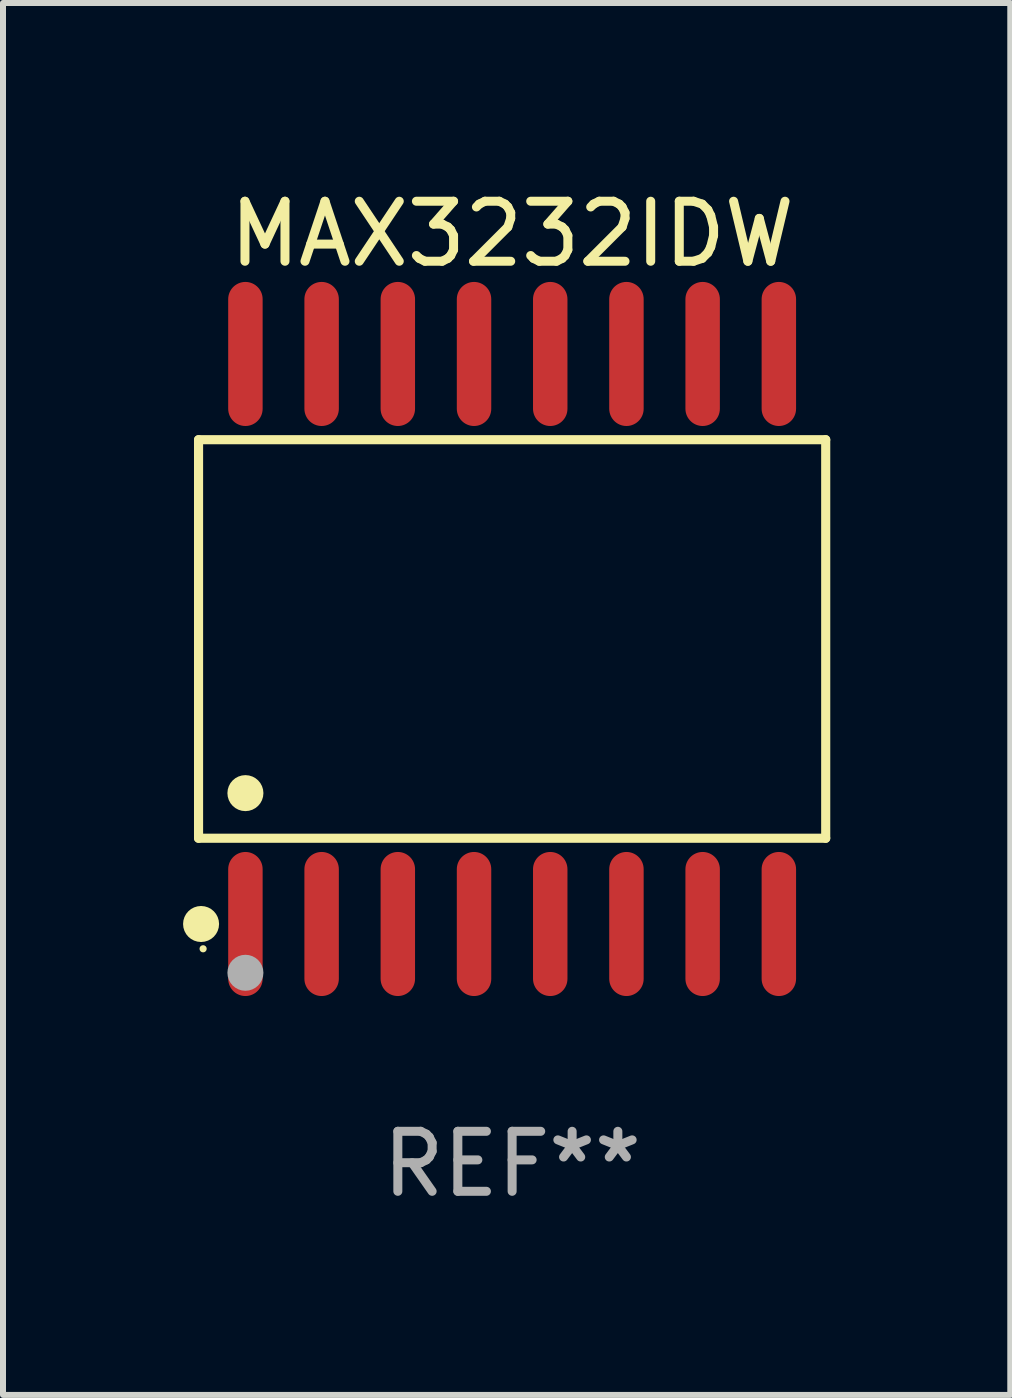
<source format=kicad_pcb>
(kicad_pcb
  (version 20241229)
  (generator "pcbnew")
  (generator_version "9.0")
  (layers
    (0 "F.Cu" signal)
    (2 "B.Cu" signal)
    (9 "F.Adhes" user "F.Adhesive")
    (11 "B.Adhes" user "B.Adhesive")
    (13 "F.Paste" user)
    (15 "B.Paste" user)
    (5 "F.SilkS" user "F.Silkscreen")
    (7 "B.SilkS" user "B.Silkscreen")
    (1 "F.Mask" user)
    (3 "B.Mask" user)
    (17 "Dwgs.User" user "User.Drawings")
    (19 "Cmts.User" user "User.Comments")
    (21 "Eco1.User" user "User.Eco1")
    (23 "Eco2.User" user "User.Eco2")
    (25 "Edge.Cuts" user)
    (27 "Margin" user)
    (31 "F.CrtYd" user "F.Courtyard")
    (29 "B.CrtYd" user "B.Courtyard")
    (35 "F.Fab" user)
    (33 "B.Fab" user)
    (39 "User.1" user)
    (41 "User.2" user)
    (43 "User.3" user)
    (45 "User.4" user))
  (footprint "MAX3232IDW"
    (layer "F.Cu")
    (at 5.485 7.599)
    (property "Reference" "MAX3232IDW" (at 0 -6.75 0) (layer "F.SilkS") (effects (font (size 1 1) (thickness 0.15))))
    (attr through_hole)
    (fp_line (start -5.226 -3.321) (end 5.226 -3.321) (stroke (width 0.152) (type solid)) (layer "F.SilkS"))
    (fp_line (start -5.226 3.321) (end -5.226 -3.321) (stroke (width 0.152) (type solid)) (layer "F.SilkS"))
    (fp_line (start 5.226 -3.321) (end 5.226 3.321) (stroke (width 0.152) (type solid)) (layer "F.SilkS"))
    (fp_line (start 5.226 3.321) (end -5.226 3.321) (stroke (width 0.152) (type solid)) (layer "F.SilkS"))
    (fp_circle (center -5.184 4.75) (end -5.034 4.75) (stroke (width 0.3) (type solid)) (fill no) (layer "F.SilkS"))
    (fp_circle (center -5.15 5.163) (end -5.12 5.163) (stroke (width 0.06) (type solid)) (fill no) (layer "F.SilkS"))
    (fp_circle (center -4.445 2.569) (end -4.295 2.569) (stroke (width 0.3) (type solid)) (fill no) (layer "F.SilkS"))
    (fp_circle (center -4.445 5.563) (end -4.295 5.563) (stroke (width 0.3) (type solid)) (fill no) (layer "F.Fab"))
    (fp_text user "REF**" (at 0 8.75 0) (layer "F.Fab") (effects (font (size 1 1) (thickness 0.15))))
    (pad "1" smd oval (at -4.445 4.75) (size 0.574 2.401) (layers "F.Cu" "F.Mask" "F.Paste"))
    (pad "2" smd oval (at -3.175 4.75) (size 0.574 2.401) (layers "F.Cu" "F.Mask" "F.Paste"))
    (pad "3" smd oval (at -1.905 4.75) (size 0.574 2.401) (layers "F.Cu" "F.Mask" "F.Paste"))
    (pad "4" smd oval (at -0.635 4.75) (size 0.574 2.401) (layers "F.Cu" "F.Mask" "F.Paste"))
    (pad "5" smd oval (at 0.635 4.75) (size 0.574 2.401) (layers "F.Cu" "F.Mask" "F.Paste"))
    (pad "6" smd oval (at 1.905 4.75) (size 0.574 2.401) (layers "F.Cu" "F.Mask" "F.Paste"))
    (pad "7" smd oval (at 3.175 4.75) (size 0.574 2.401) (layers "F.Cu" "F.Mask" "F.Paste"))
    (pad "8" smd oval (at 4.445 4.75) (size 0.574 2.401) (layers "F.Cu" "F.Mask" "F.Paste"))
    (pad "9" smd oval (at 4.445 -4.75) (size 0.574 2.401) (layers "F.Cu" "F.Mask" "F.Paste"))
    (pad "10" smd oval (at 3.175 -4.75) (size 0.574 2.401) (layers "F.Cu" "F.Mask" "F.Paste"))
    (pad "11" smd oval (at 1.905 -4.75) (size 0.574 2.401) (layers "F.Cu" "F.Mask" "F.Paste"))
    (pad "12" smd oval (at 0.635 -4.75) (size 0.574 2.401) (layers "F.Cu" "F.Mask" "F.Paste"))
    (pad "13" smd oval (at -0.635 -4.75) (size 0.574 2.401) (layers "F.Cu" "F.Mask" "F.Paste"))
    (pad "14" smd oval (at -1.905 -4.75) (size 0.574 2.401) (layers "F.Cu" "F.Mask" "F.Paste"))
    (pad "15" smd oval (at -3.175 -4.75) (size 0.574 2.401) (layers "F.Cu" "F.Mask" "F.Paste"))
    (pad "16" smd oval (at -4.445 -4.75) (size 0.574 2.401) (layers "F.Cu" "F.Mask" "F.Paste")))
  (gr_rect
    (start -3 -3)
    (end 13.787 20.197)
    (stroke (width 0.1) (type default))
    (fill no)
    (layer "Edge.Cuts")))
</source>
